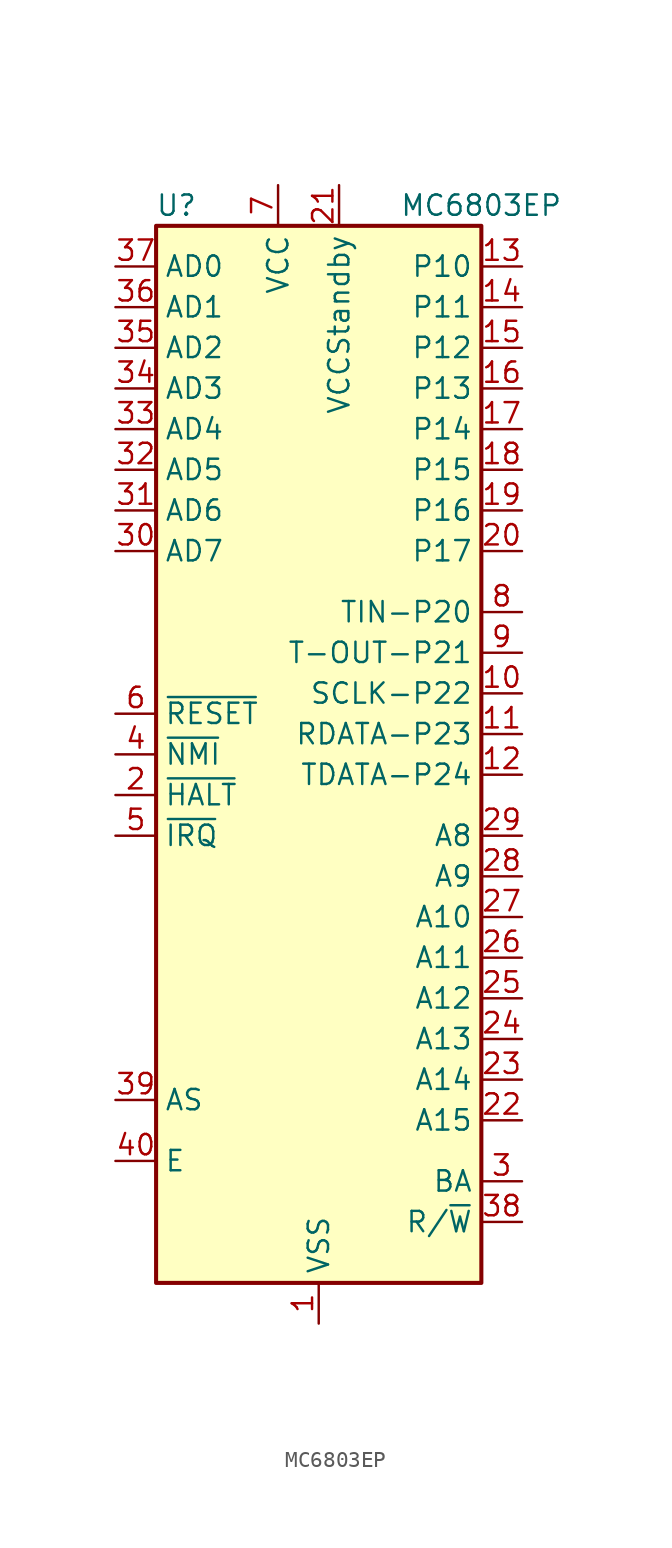
<source format=kicad_sym>
(kicad_symbol_lib
  (version 20211014)
  (generator kicad_symbol_editor)
  (symbol "MC6803EP"
    (property "Reference" "U"
      (at -8.89 34.29 0)
      (effects (font (size 1.27 1.27))))
    (property "Value" "MC6803EP"
      (at 15.24 34.29 0)
      (effects (font (size 1.27 1.27)) (justify right)))
    (symbol "MC6803EP_0_1"
      (rectangle (start -10.16 -33.02) (end 10.16 33.02) (stroke (width 0.254) (type default) (color 0 0 0 0)) (fill (type background))))
    (symbol "MC6803EP_1_1"
      (pin power_in line (at 0 -35.56 90) (length 2.54) (name "VSS" (effects (font (size 1.27 1.27)))) (number "1" (effects (font (size 1.27 1.27)))))
      (pin bidirectional line (at 12.7 3.81 180) (length 2.54) (name "SCLK-P22" (effects (font (size 1.27 1.27)))) (number "10" (effects (font (size 1.27 1.27)))))
      (pin bidirectional line (at 12.7 1.27 180) (length 2.54) (name "RDATA-P23" (effects (font (size 1.27 1.27)))) (number "11" (effects (font (size 1.27 1.27)))))
      (pin bidirectional line (at 12.7 -1.27 180) (length 2.54) (name "TDATA-P24" (effects (font (size 1.27 1.27)))) (number "12" (effects (font (size 1.27 1.27)))))
      (pin output line (at 12.7 30.48 180) (length 2.54) (name "P10" (effects (font (size 1.27 1.27)))) (number "13" (effects (font (size 1.27 1.27)))))
      (pin output line (at 12.7 27.94 180) (length 2.54) (name "P11" (effects (font (size 1.27 1.27)))) (number "14" (effects (font (size 1.27 1.27)))))
      (pin output line (at 12.7 25.4 180) (length 2.54) (name "P12" (effects (font (size 1.27 1.27)))) (number "15" (effects (font (size 1.27 1.27)))))
      (pin output line (at 12.7 22.86 180) (length 2.54) (name "P13" (effects (font (size 1.27 1.27)))) (number "16" (effects (font (size 1.27 1.27)))))
      (pin output line (at 12.7 20.32 180) (length 2.54) (name "P14" (effects (font (size 1.27 1.27)))) (number "17" (effects (font (size 1.27 1.27)))))
      (pin output line (at 12.7 17.78 180) (length 2.54) (name "P15" (effects (font (size 1.27 1.27)))) (number "18" (effects (font (size 1.27 1.27)))))
      (pin output line (at 12.7 15.24 180) (length 2.54) (name "P16" (effects (font (size 1.27 1.27)))) (number "19" (effects (font (size 1.27 1.27)))))
      (pin input line (at -12.7 -2.54 0) (length 2.54) (name "~{HALT}" (effects (font (size 1.27 1.27)))) (number "2" (effects (font (size 1.27 1.27)))))
      (pin output line (at 12.7 12.7 180) (length 2.54) (name "P17" (effects (font (size 1.27 1.27)))) (number "20" (effects (font (size 1.27 1.27)))))
      (pin power_in line (at 1.27 35.56 270) (length 2.54) (name "VCCStandby" (effects (font (size 1.27 1.27)))) (number "21" (effects (font (size 1.27 1.27)))))
      (pin output line (at 12.7 -22.86 180) (length 2.54) (name "A15" (effects (font (size 1.27 1.27)))) (number "22" (effects (font (size 1.27 1.27)))))
      (pin output line (at 12.7 -20.32 180) (length 2.54) (name "A14" (effects (font (size 1.27 1.27)))) (number "23" (effects (font (size 1.27 1.27)))))
      (pin output line (at 12.7 -17.78 180) (length 2.54) (name "A13" (effects (font (size 1.27 1.27)))) (number "24" (effects (font (size 1.27 1.27)))))
      (pin output line (at 12.7 -15.24 180) (length 2.54) (name "A12" (effects (font (size 1.27 1.27)))) (number "25" (effects (font (size 1.27 1.27)))))
      (pin output line (at 12.7 -12.7 180) (length 2.54) (name "A11" (effects (font (size 1.27 1.27)))) (number "26" (effects (font (size 1.27 1.27)))))
      (pin output line (at 12.7 -10.16 180) (length 2.54) (name "A10" (effects (font (size 1.27 1.27)))) (number "27" (effects (font (size 1.27 1.27)))))
      (pin output line (at 12.7 -7.62 180) (length 2.54) (name "A9" (effects (font (size 1.27 1.27)))) (number "28" (effects (font (size 1.27 1.27)))))
      (pin output line (at 12.7 -5.08 180) (length 2.54) (name "A8" (effects (font (size 1.27 1.27)))) (number "29" (effects (font (size 1.27 1.27)))))
      (pin output line (at 12.7 -26.67 180) (length 2.54) (name "BA" (effects (font (size 1.27 1.27)))) (number "3" (effects (font (size 1.27 1.27)))))
      (pin bidirectional line (at -12.7 12.7 0) (length 2.54) (name "AD7" (effects (font (size 1.27 1.27)))) (number "30" (effects (font (size 1.27 1.27)))))
      (pin bidirectional line (at -12.7 15.24 0) (length 2.54) (name "AD6" (effects (font (size 1.27 1.27)))) (number "31" (effects (font (size 1.27 1.27)))))
      (pin bidirectional line (at -12.7 17.78 0) (length 2.54) (name "AD5" (effects (font (size 1.27 1.27)))) (number "32" (effects (font (size 1.27 1.27)))))
      (pin bidirectional line (at -12.7 20.32 0) (length 2.54) (name "AD4" (effects (font (size 1.27 1.27)))) (number "33" (effects (font (size 1.27 1.27)))))
      (pin bidirectional line (at -12.7 22.86 0) (length 2.54) (name "AD3" (effects (font (size 1.27 1.27)))) (number "34" (effects (font (size 1.27 1.27)))))
      (pin bidirectional line (at -12.7 25.4 0) (length 2.54) (name "AD2" (effects (font (size 1.27 1.27)))) (number "35" (effects (font (size 1.27 1.27)))))
      (pin bidirectional line (at -12.7 27.94 0) (length 2.54) (name "AD1" (effects (font (size 1.27 1.27)))) (number "36" (effects (font (size 1.27 1.27)))))
      (pin bidirectional line (at -12.7 30.48 0) (length 2.54) (name "AD0" (effects (font (size 1.27 1.27)))) (number "37" (effects (font (size 1.27 1.27)))))
      (pin output line (at 12.7 -29.21 180) (length 2.54) (name "R/~{W}" (effects (font (size 1.27 1.27)))) (number "38" (effects (font (size 1.27 1.27)))))
      (pin input line (at -12.7 -21.59 0) (length 2.54) (name "AS" (effects (font (size 1.27 1.27)))) (number "39" (effects (font (size 1.27 1.27)))))
      (pin input line (at -12.7 0 0) (length 2.54) (name "~{NMI}" (effects (font (size 1.27 1.27)))) (number "4" (effects (font (size 1.27 1.27)))))
      (pin input line (at -12.7 -25.4 0) (length 2.54) (name "E" (effects (font (size 1.27 1.27)))) (number "40" (effects (font (size 1.27 1.27)))))
      (pin input line (at -12.7 -5.08 0) (length 2.54) (name "~{IRQ}" (effects (font (size 1.27 1.27)))) (number "5" (effects (font (size 1.27 1.27)))))
      (pin input line (at -12.7 2.54 0) (length 2.54) (name "~{RESET}" (effects (font (size 1.27 1.27)))) (number "6" (effects (font (size 1.27 1.27)))))
      (pin power_in line (at -2.54 35.56 270) (length 2.54) (name "VCC" (effects (font (size 1.27 1.27)))) (number "7" (effects (font (size 1.27 1.27)))))
      (pin bidirectional line (at 12.7 8.89 180) (length 2.54) (name "TIN-P20" (effects (font (size 1.27 1.27)))) (number "8" (effects (font (size 1.27 1.27)))))
      (pin output line (at 12.7 6.35 180) (length 2.54) (name "T-OUT-P21" (effects (font (size 1.27 1.27)))) (number "9" (effects (font (size 1.27 1.27))))))))
</source>
